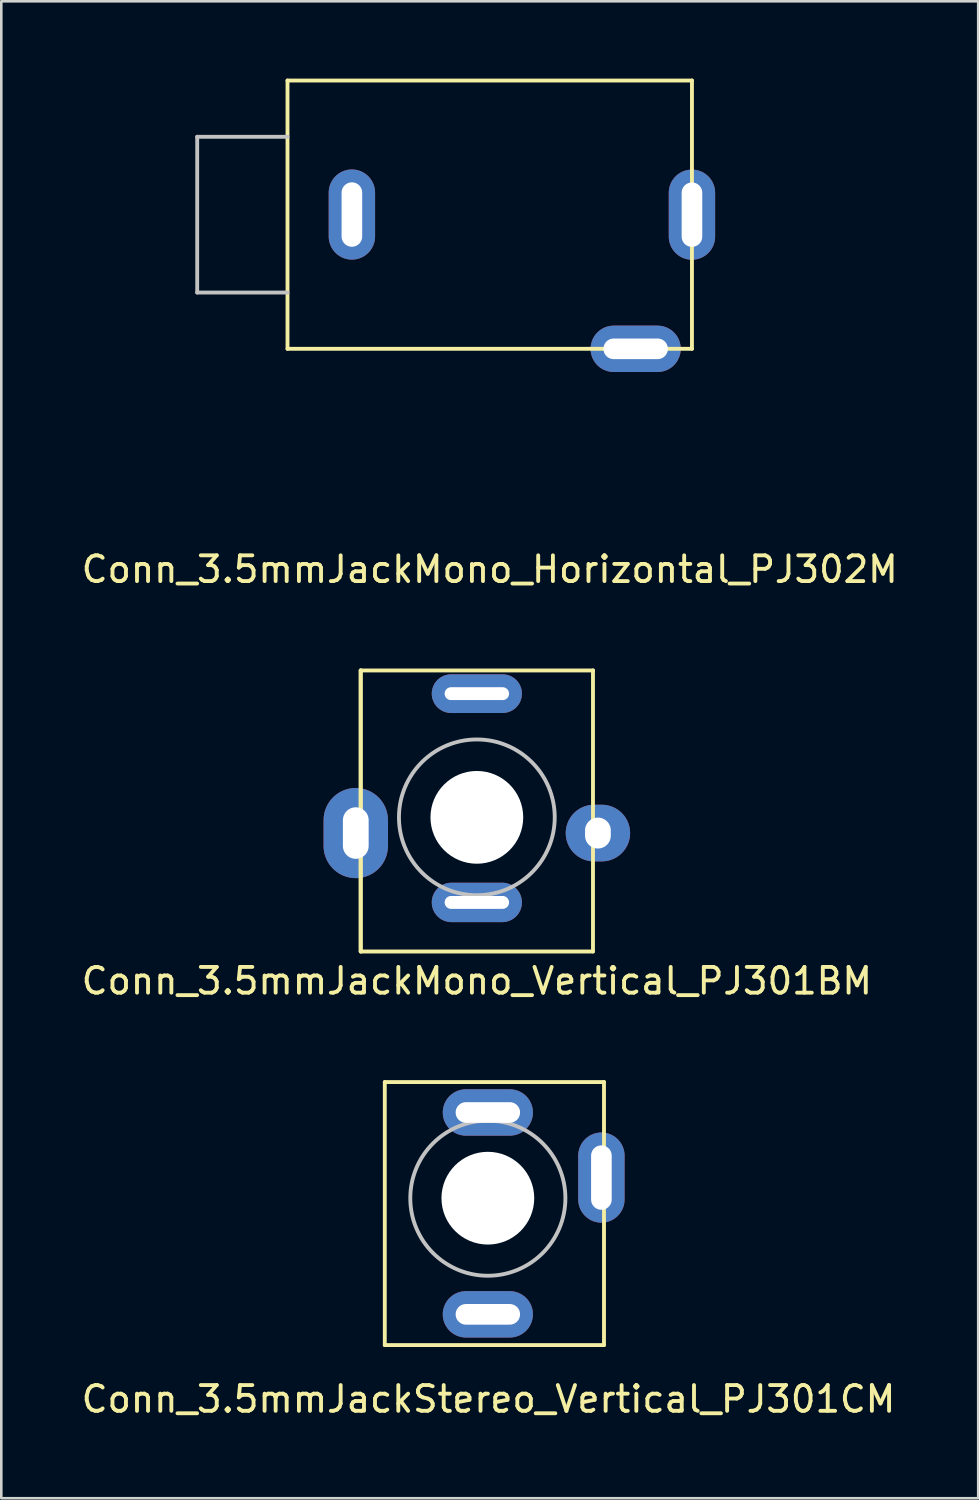
<source format=kicad_pcb>
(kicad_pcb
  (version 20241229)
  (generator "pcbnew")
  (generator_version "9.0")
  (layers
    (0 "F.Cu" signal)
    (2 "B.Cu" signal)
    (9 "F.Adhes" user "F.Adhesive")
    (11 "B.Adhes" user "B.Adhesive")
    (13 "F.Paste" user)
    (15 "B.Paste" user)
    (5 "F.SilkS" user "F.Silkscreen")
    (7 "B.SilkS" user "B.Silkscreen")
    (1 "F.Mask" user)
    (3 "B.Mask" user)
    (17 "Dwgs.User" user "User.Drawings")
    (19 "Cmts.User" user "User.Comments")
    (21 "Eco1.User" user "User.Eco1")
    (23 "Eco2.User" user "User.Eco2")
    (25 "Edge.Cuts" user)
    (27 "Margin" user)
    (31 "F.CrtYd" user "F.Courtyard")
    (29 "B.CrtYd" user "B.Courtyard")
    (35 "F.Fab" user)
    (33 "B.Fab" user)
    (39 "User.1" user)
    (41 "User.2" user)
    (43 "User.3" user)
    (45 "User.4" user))
  (footprint "Conn_3.5mmJackMono_Vertical_PJ301BM"
    (layer "F.Cu")
    (at 15.458 28.674)
    (property "Reference" "Conn_3.5mmJackMono_Vertical_PJ301BM" (at 0 6.35 0) (layer "F.SilkS") (effects (font (size 1 1) (thickness 0.15))))
    (attr through_hole)
    (fp_line (start -4.508 -5.702) (end 4.508 -5.702) (stroke (width 0.15) (type solid)) (layer "F.SilkS"))
    (fp_line (start -4.508 5.207) (end -4.508 -5.702) (stroke (width 0.15) (type solid)) (layer "F.SilkS"))
    (fp_line (start -4.508 5.207) (end -4.508 -5.702) (stroke (width 0.15) (type solid)) (layer "F.SilkS"))
    (fp_line (start 4.508 -5.702) (end 4.508 5.207) (stroke (width 0.15) (type solid)) (layer "F.SilkS"))
    (fp_line (start 4.508 5.207) (end -4.508 5.207) (stroke (width 0.15) (type solid)) (layer "F.SilkS"))
    (fp_circle (center 0 0) (end 0 3.023) (stroke (width 0.15) (type solid)) (fill no) (layer "Dwgs.User"))
    (pad "" np_thru_hole circle (at 0 0) (size 3.6 3.6) (drill 3.6) (layers "*.Cu" "*.Mask"))
    (pad "1" thru_hole oval (at -4.699 0.61) (size 2.5 3.5) (drill oval 1 2) (layers "*.Cu" "*.Mask"))
    (pad "1" thru_hole oval (at 4.699 0.61) (size 2.5 2.2) (drill oval 1 1.2) (layers "*.Cu" "*.Mask"))
    (pad "2" thru_hole oval (at 0 3.302) (size 3.5 1.53) (drill oval 2.5 0.5) (layers "*.Cu" "*.Mask"))
    (pad "3" thru_hole oval (at 0 -4.801) (size 3.5 1.5) (drill oval 2.5 0.5) (layers "*.Cu" "*.Mask")))
  (footprint "Conn_3.5mmJackStereo_Vertical_PJ301CM"
    (layer "F.Cu")
    (at 15.885 43.456)
    (property "Reference" "Conn_3.5mmJackStereo_Vertical_PJ301CM" (at 0.025 7.798 0) (layer "F.SilkS") (effects (font (size 1 1) (thickness 0.15))))
    (attr through_hole)
    (fp_line (start -4 -4.508) (end 4.508 -4.508) (stroke (width 0.15) (type solid)) (layer "F.SilkS"))
    (fp_line (start -4 5.702) (end -4 -4.508) (stroke (width 0.15) (type solid)) (layer "F.SilkS"))
    (fp_line (start 4.508 -4.508) (end 4.508 5.702) (stroke (width 0.15) (type solid)) (layer "F.SilkS"))
    (fp_line (start 4.508 5.702) (end -4 5.702) (stroke (width 0.15) (type solid)) (layer "F.SilkS"))
    (fp_circle (center 0 0) (end 0 3.01) (stroke (width 0.15) (type solid)) (fill no) (layer "Dwgs.User"))
    (pad "" np_thru_hole circle (at 0 0) (size 3.6 3.6) (drill 3.6) (layers "*.Cu" "*.Mask"))
    (pad "1" thru_hole oval (at 4.407 -0.8) (size 1.8 3.5) (drill oval 0.8 2.5) (layers "*.Cu" "*.Mask"))
    (pad "2" thru_hole oval (at 0 -3.327) (size 3.5 1.8) (drill oval 2.5 0.8) (layers "*.Cu" "*.Mask"))
    (pad "3" thru_hole oval (at 0 4.508) (size 3.5 1.8) (drill oval 2.5 0.8) (layers "*.Cu" "*.Mask")))
  (footprint "Conn_3.5mmJackMono_Horizontal_PJ302M"
    (layer "F.Cu")
    (at 15.958 5.282)
    (property "Reference" "Conn_3.5mmJackMono_Horizontal_PJ302M" (at 0 13.767 0) (layer "F.SilkS") (effects (font (size 1 1) (thickness 0.15))))
    (attr through_hole)
    (fp_line (start -7.849 -5.207) (end 7.849 -5.207) (stroke (width 0.15) (type solid)) (layer "F.SilkS"))
    (fp_line (start -7.849 5.207) (end -7.849 -5.207) (stroke (width 0.15) (type solid)) (layer "F.SilkS"))
    (fp_line (start 7.849 -5.207) (end 7.849 5.207) (stroke (width 0.15) (type solid)) (layer "F.SilkS"))
    (fp_line (start 7.849 5.207) (end -7.849 5.207) (stroke (width 0.15) (type solid)) (layer "F.SilkS"))
    (fp_line (start -11.354 -3.023) (end -11.354 3.023) (stroke (width 0.15) (type solid)) (layer "Dwgs.User"))
    (fp_line (start -11.354 3.023) (end -7.849 3.023) (stroke (width 0.15) (type solid)) (layer "Dwgs.User"))
    (fp_line (start -7.849 -3.023) (end -11.354 -3.023) (stroke (width 0.15) (type solid)) (layer "Dwgs.User"))
    (pad "1" thru_hole oval (at -5.35 -0.005) (size 1.8 3.5) (drill oval 0.8 2.5) (layers "*.Cu" "*.Mask"))
    (pad "2" thru_hole oval (at 5.664 5.207) (size 3.5 1.8) (drill oval 2.5 0.8) (layers "*.Cu" "*.Mask"))
    (pad "3" thru_hole oval (at 7.849 0) (size 1.8 3.5) (drill oval 0.8 2.5) (layers "*.Cu" "*.Mask")))
  (gr_rect
    (start -3 -3)
    (end 34.917 55.102)
    (stroke (width 0.1) (type default))
    (fill no)
    (layer "Edge.Cuts")))
</source>
